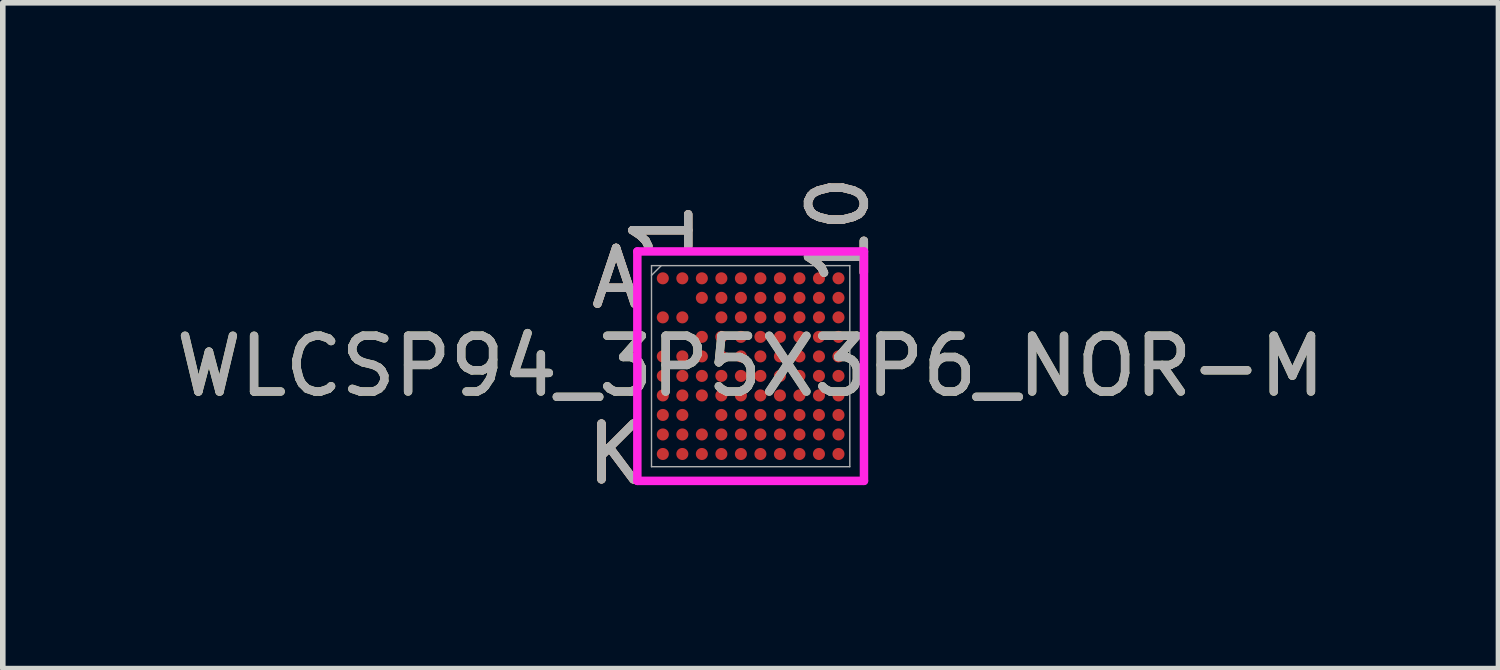
<source format=kicad_pcb>
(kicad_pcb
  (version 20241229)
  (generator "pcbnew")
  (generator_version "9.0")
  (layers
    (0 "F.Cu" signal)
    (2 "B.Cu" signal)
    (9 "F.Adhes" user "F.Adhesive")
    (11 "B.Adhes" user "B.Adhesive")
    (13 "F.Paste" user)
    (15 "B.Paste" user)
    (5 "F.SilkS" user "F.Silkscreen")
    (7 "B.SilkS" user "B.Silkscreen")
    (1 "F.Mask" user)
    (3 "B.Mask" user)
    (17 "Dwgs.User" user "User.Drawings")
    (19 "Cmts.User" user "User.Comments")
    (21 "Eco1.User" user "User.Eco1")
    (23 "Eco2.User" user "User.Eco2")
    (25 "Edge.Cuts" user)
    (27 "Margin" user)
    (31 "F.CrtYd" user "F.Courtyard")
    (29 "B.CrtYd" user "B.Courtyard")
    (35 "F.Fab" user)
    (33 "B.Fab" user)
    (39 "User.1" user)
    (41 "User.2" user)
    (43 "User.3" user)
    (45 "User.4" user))
  (footprint "WLCSP94_3P5X3P6_NOR-M"
    (layer "F.Cu")
    (at 10.411 3.516)
    (property "Reference" "WLCSP94_3P5X3P6_NOR-M" (at 0 0 0) (unlocked yes) (layer "F.SilkS") (effects (font (size 1 1) (thickness 0.15))))
    (attr smd)
    (fp_poly (pts (xy -2.195 -2.195) (xy 2.195 -2.195) (xy 2.195 2.195) (xy -2.195 2.195)) (stroke (width 0.1) (type solid)) (fill no) (layer "Eco2.User"))
    (fp_line (start -2.032 -2.057) (end 2.032 -2.057) (stroke (width 0.152) (type solid)) (layer "F.CrtYd"))
    (fp_line (start -2.032 2.057) (end -2.032 -2.057) (stroke (width 0.152) (type solid)) (layer "F.CrtYd"))
    (fp_line (start 2.032 -2.057) (end 2.032 2.057) (stroke (width 0.152) (type solid)) (layer "F.CrtYd"))
    (fp_line (start 2.032 2.057) (end -2.032 2.057) (stroke (width 0.152) (type solid)) (layer "F.CrtYd"))
    (fp_line (start -1.778 -1.803) (end -1.778 1.803) (stroke (width 0.025) (type solid)) (layer "F.Fab"))
    (fp_line (start -1.778 1.803) (end 1.778 1.803) (stroke (width 0.025) (type solid)) (layer "F.Fab"))
    (fp_line (start -1.603 -1.803) (end -1.778 -1.628) (stroke (width 0.025) (type solid)) (layer "F.Fab"))
    (fp_line (start 1.778 -1.803) (end -1.778 -1.803) (stroke (width 0.025) (type solid)) (layer "F.Fab"))
    (fp_line (start 1.778 1.803) (end 1.778 -1.803) (stroke (width 0.025) (type solid)) (layer "F.Fab"))
    (fp_text user "A" (at -2.413 -1.575 0) (unlocked yes) (layer "F.SilkS") (effects (font (size 1 1) (thickness 0.15))))
    (fp_text user "10" (at 1.575 -2.438 90) (unlocked yes) (layer "F.SilkS") (effects (font (size 1 1) (thickness 0.15))))
    (fp_text user "1" (at -1.575 -2.438 90) (unlocked yes) (layer "F.SilkS") (effects (font (size 1 1) (thickness 0.15))))
    (fp_text user "K" (at -2.413 1.575 0) (unlocked yes) (layer "F.SilkS") (effects (font (size 1 1) (thickness 0.15))))
    (fp_text user "K" (at -2.413 1.575 0) (unlocked yes) (layer "B.SilkS") (effects (font (size 1 1) (thickness 0.15))))
    (fp_text user "A" (at -2.413 -1.575 0) (unlocked yes) (layer "B.SilkS") (effects (font (size 1 1) (thickness 0.15))))
    (fp_text user "1" (at -1.575 -2.438 90) (unlocked yes) (layer "B.SilkS") (effects (font (size 1 1) (thickness 0.15))))
    (fp_text user "10" (at 1.575 -2.438 90) (unlocked yes) (layer "B.SilkS") (effects (font (size 1 1) (thickness 0.15))))
    (fp_text user "${REFERENCE}" (at 0 0 0) (unlocked yes) (layer "F.Fab") (effects (font (size 1 1) (thickness 0.15))))
    (fp_text user "1" (at -1.575 -2.438 90) (unlocked yes) (layer "F.Fab") (effects (font (size 1 1) (thickness 0.15))))
    (fp_text user "A" (at -2.413 -1.575 0) (unlocked yes) (layer "F.Fab") (effects (font (size 1 1) (thickness 0.15))))
    (fp_text user "K" (at -2.413 1.575 0) (unlocked yes) (layer "F.Fab") (effects (font (size 1 1) (thickness 0.15))))
    (fp_text user "10" (at 1.575 -2.438 90) (unlocked yes) (layer "F.Fab") (effects (font (size 1 1) (thickness 0.15))))
    (pad "A1" smd circle (at -1.575 -1.575) (size 0.216 0.216) (layers "F.Cu" "F.Mask" "F.Paste"))
    (pad "A2" smd circle (at -1.225 -1.575) (size 0.216 0.216) (layers "F.Cu" "F.Mask" "F.Paste"))
    (pad "A3" smd circle (at -0.875 -1.575) (size 0.216 0.216) (layers "F.Cu" "F.Mask" "F.Paste"))
    (pad "A4" smd circle (at -0.525 -1.575) (size 0.216 0.216) (layers "F.Cu" "F.Mask" "F.Paste"))
    (pad "A5" smd circle (at -0.175 -1.575) (size 0.216 0.216) (layers "F.Cu" "F.Mask" "F.Paste"))
    (pad "A6" smd circle (at 0.175 -1.575) (size 0.216 0.216) (layers "F.Cu" "F.Mask" "F.Paste"))
    (pad "A7" smd circle (at 0.525 -1.575) (size 0.216 0.216) (layers "F.Cu" "F.Mask" "F.Paste"))
    (pad "A8" smd circle (at 0.875 -1.575) (size 0.216 0.216) (layers "F.Cu" "F.Mask" "F.Paste"))
    (pad "A9" smd circle (at 1.225 -1.575) (size 0.216 0.216) (layers "F.Cu" "F.Mask" "F.Paste"))
    (pad "A10" smd circle (at 1.575 -1.575) (size 0.216 0.216) (layers "F.Cu" "F.Mask" "F.Paste"))
    (pad "B3" smd circle (at -0.875 -1.225) (size 0.216 0.216) (layers "F.Cu" "F.Mask" "F.Paste"))
    (pad "B4" smd circle (at -0.525 -1.225) (size 0.216 0.216) (layers "F.Cu" "F.Mask" "F.Paste"))
    (pad "B5" smd circle (at -0.175 -1.225) (size 0.216 0.216) (layers "F.Cu" "F.Mask" "F.Paste"))
    (pad "B6" smd circle (at 0.175 -1.225) (size 0.216 0.216) (layers "F.Cu" "F.Mask" "F.Paste"))
    (pad "B7" smd circle (at 0.525 -1.225) (size 0.216 0.216) (layers "F.Cu" "F.Mask" "F.Paste"))
    (pad "B8" smd circle (at 0.875 -1.225) (size 0.216 0.216) (layers "F.Cu" "F.Mask" "F.Paste"))
    (pad "B9" smd circle (at 1.225 -1.225) (size 0.216 0.216) (layers "F.Cu" "F.Mask" "F.Paste"))
    (pad "B10" smd circle (at 1.575 -1.225) (size 0.216 0.216) (layers "F.Cu" "F.Mask" "F.Paste"))
    (pad "C1" smd circle (at -1.575 -0.875) (size 0.216 0.216) (layers "F.Cu" "F.Mask" "F.Paste"))
    (pad "C2" smd circle (at -1.225 -0.875) (size 0.216 0.216) (layers "F.Cu" "F.Mask" "F.Paste"))
    (pad "C4" smd circle (at -0.525 -0.875) (size 0.216 0.216) (layers "F.Cu" "F.Mask" "F.Paste"))
    (pad "C5" smd circle (at -0.175 -0.875) (size 0.216 0.216) (layers "F.Cu" "F.Mask" "F.Paste"))
    (pad "C6" smd circle (at 0.175 -0.875) (size 0.216 0.216) (layers "F.Cu" "F.Mask" "F.Paste"))
    (pad "C7" smd circle (at 0.525 -0.875) (size 0.216 0.216) (layers "F.Cu" "F.Mask" "F.Paste"))
    (pad "C8" smd circle (at 0.875 -0.875) (size 0.216 0.216) (layers "F.Cu" "F.Mask" "F.Paste"))
    (pad "C9" smd circle (at 1.225 -0.875) (size 0.216 0.216) (layers "F.Cu" "F.Mask" "F.Paste"))
    (pad "C10" smd circle (at 1.575 -0.875) (size 0.216 0.216) (layers "F.Cu" "F.Mask" "F.Paste"))
    (pad "D3" smd circle (at -0.875 -0.525) (size 0.216 0.216) (layers "F.Cu" "F.Mask" "F.Paste"))
    (pad "D4" smd circle (at -0.525 -0.525) (size 0.216 0.216) (layers "F.Cu" "F.Mask" "F.Paste"))
    (pad "D5" smd circle (at -0.175 -0.525) (size 0.216 0.216) (layers "F.Cu" "F.Mask" "F.Paste"))
    (pad "D6" smd circle (at 0.175 -0.525) (size 0.216 0.216) (layers "F.Cu" "F.Mask" "F.Paste"))
    (pad "D7" smd circle (at 0.525 -0.525) (size 0.216 0.216) (layers "F.Cu" "F.Mask" "F.Paste"))
    (pad "D8" smd circle (at 0.875 -0.525) (size 0.216 0.216) (layers "F.Cu" "F.Mask" "F.Paste"))
    (pad "D9" smd circle (at 1.225 -0.525) (size 0.216 0.216) (layers "F.Cu" "F.Mask" "F.Paste"))
    (pad "D10" smd circle (at 1.575 -0.525) (size 0.216 0.216) (layers "F.Cu" "F.Mask" "F.Paste"))
    (pad "E1" smd circle (at -1.575 -0.175) (size 0.216 0.216) (layers "F.Cu" "F.Mask" "F.Paste"))
    (pad "E2" smd circle (at -1.225 -0.175) (size 0.216 0.216) (layers "F.Cu" "F.Mask" "F.Paste"))
    (pad "E3" smd circle (at -0.875 -0.175) (size 0.216 0.216) (layers "F.Cu" "F.Mask" "F.Paste"))
    (pad "E4" smd circle (at -0.525 -0.175) (size 0.216 0.216) (layers "F.Cu" "F.Mask" "F.Paste"))
    (pad "E5" smd circle (at -0.175 -0.175) (size 0.216 0.216) (layers "F.Cu" "F.Mask" "F.Paste"))
    (pad "E6" smd circle (at 0.175 -0.175) (size 0.216 0.216) (layers "F.Cu" "F.Mask" "F.Paste"))
    (pad "E7" smd circle (at 0.525 -0.175) (size 0.216 0.216) (layers "F.Cu" "F.Mask" "F.Paste"))
    (pad "E8" smd circle (at 0.875 -0.175) (size 0.216 0.216) (layers "F.Cu" "F.Mask" "F.Paste"))
    (pad "E9" smd circle (at 1.225 -0.175) (size 0.216 0.216) (layers "F.Cu" "F.Mask" "F.Paste"))
    (pad "E10" smd circle (at 1.575 -0.175) (size 0.216 0.216) (layers "F.Cu" "F.Mask" "F.Paste"))
    (pad "F1" smd circle (at -1.575 0.175) (size 0.216 0.216) (layers "F.Cu" "F.Mask" "F.Paste"))
    (pad "F2" smd circle (at -1.225 0.175) (size 0.216 0.216) (layers "F.Cu" "F.Mask" "F.Paste"))
    (pad "F3" smd circle (at -0.875 0.175) (size 0.216 0.216) (layers "F.Cu" "F.Mask" "F.Paste"))
    (pad "F4" smd circle (at -0.525 0.175) (size 0.216 0.216) (layers "F.Cu" "F.Mask" "F.Paste"))
    (pad "F5" smd circle (at -0.175 0.175) (size 0.216 0.216) (layers "F.Cu" "F.Mask" "F.Paste"))
    (pad "F6" smd circle (at 0.175 0.175) (size 0.216 0.216) (layers "F.Cu" "F.Mask" "F.Paste"))
    (pad "F7" smd circle (at 0.525 0.175) (size 0.216 0.216) (layers "F.Cu" "F.Mask" "F.Paste"))
    (pad "F8" smd circle (at 0.875 0.175) (size 0.216 0.216) (layers "F.Cu" "F.Mask" "F.Paste"))
    (pad "F9" smd circle (at 1.225 0.175) (size 0.216 0.216) (layers "F.Cu" "F.Mask" "F.Paste"))
    (pad "F10" smd circle (at 1.575 0.175) (size 0.216 0.216) (layers "F.Cu" "F.Mask" "F.Paste"))
    (pad "G1" smd circle (at -1.575 0.525) (size 0.216 0.216) (layers "F.Cu" "F.Mask" "F.Paste"))
    (pad "G2" smd circle (at -1.225 0.525) (size 0.216 0.216) (layers "F.Cu" "F.Mask" "F.Paste"))
    (pad "G3" smd circle (at -0.875 0.525) (size 0.216 0.216) (layers "F.Cu" "F.Mask" "F.Paste"))
    (pad "G4" smd circle (at -0.525 0.525) (size 0.216 0.216) (layers "F.Cu" "F.Mask" "F.Paste"))
    (pad "G5" smd circle (at -0.175 0.525) (size 0.216 0.216) (layers "F.Cu" "F.Mask" "F.Paste"))
    (pad "G6" smd circle (at 0.175 0.525) (size 0.216 0.216) (layers "F.Cu" "F.Mask" "F.Paste"))
    (pad "G7" smd circle (at 0.525 0.525) (size 0.216 0.216) (layers "F.Cu" "F.Mask" "F.Paste"))
    (pad "G8" smd circle (at 0.875 0.525) (size 0.216 0.216) (layers "F.Cu" "F.Mask" "F.Paste"))
    (pad "G9" smd circle (at 1.225 0.525) (size 0.216 0.216) (layers "F.Cu" "F.Mask" "F.Paste"))
    (pad "G10" smd circle (at 1.575 0.525) (size 0.216 0.216) (layers "F.Cu" "F.Mask" "F.Paste"))
    (pad "H1" smd circle (at -1.575 0.875) (size 0.216 0.216) (layers "F.Cu" "F.Mask" "F.Paste"))
    (pad "H2" smd circle (at -1.225 0.875) (size 0.216 0.216) (layers "F.Cu" "F.Mask" "F.Paste"))
    (pad "H4" smd circle (at -0.525 0.875) (size 0.216 0.216) (layers "F.Cu" "F.Mask" "F.Paste"))
    (pad "H5" smd circle (at -0.175 0.875) (size 0.216 0.216) (layers "F.Cu" "F.Mask" "F.Paste"))
    (pad "H6" smd circle (at 0.175 0.875) (size 0.216 0.216) (layers "F.Cu" "F.Mask" "F.Paste"))
    (pad "H7" smd circle (at 0.525 0.875) (size 0.216 0.216) (layers "F.Cu" "F.Mask" "F.Paste"))
    (pad "H8" smd circle (at 0.875 0.875) (size 0.216 0.216) (layers "F.Cu" "F.Mask" "F.Paste"))
    (pad "H9" smd circle (at 1.225 0.875) (size 0.216 0.216) (layers "F.Cu" "F.Mask" "F.Paste"))
    (pad "H10" smd circle (at 1.575 0.875) (size 0.216 0.216) (layers "F.Cu" "F.Mask" "F.Paste"))
    (pad "J1" smd circle (at -1.575 1.225) (size 0.216 0.216) (layers "F.Cu" "F.Mask" "F.Paste"))
    (pad "J2" smd circle (at -1.225 1.225) (size 0.216 0.216) (layers "F.Cu" "F.Mask" "F.Paste"))
    (pad "J3" smd circle (at -0.875 1.225) (size 0.216 0.216) (layers "F.Cu" "F.Mask" "F.Paste"))
    (pad "J4" smd circle (at -0.525 1.225) (size 0.216 0.216) (layers "F.Cu" "F.Mask" "F.Paste"))
    (pad "J5" smd circle (at -0.175 1.225) (size 0.216 0.216) (layers "F.Cu" "F.Mask" "F.Paste"))
    (pad "J6" smd circle (at 0.175 1.225) (size 0.216 0.216) (layers "F.Cu" "F.Mask" "F.Paste"))
    (pad "J7" smd circle (at 0.525 1.225) (size 0.216 0.216) (layers "F.Cu" "F.Mask" "F.Paste"))
    (pad "J8" smd circle (at 0.875 1.225) (size 0.216 0.216) (layers "F.Cu" "F.Mask" "F.Paste"))
    (pad "J9" smd circle (at 1.225 1.225) (size 0.216 0.216) (layers "F.Cu" "F.Mask" "F.Paste"))
    (pad "J10" smd circle (at 1.575 1.225) (size 0.216 0.216) (layers "F.Cu" "F.Mask" "F.Paste"))
    (pad "K1" smd circle (at -1.575 1.575) (size 0.216 0.216) (layers "F.Cu" "F.Mask" "F.Paste"))
    (pad "K2" smd circle (at -1.225 1.575) (size 0.216 0.216) (layers "F.Cu" "F.Mask" "F.Paste"))
    (pad "K3" smd circle (at -0.875 1.575) (size 0.216 0.216) (layers "F.Cu" "F.Mask" "F.Paste"))
    (pad "K4" smd circle (at -0.525 1.575) (size 0.216 0.216) (layers "F.Cu" "F.Mask" "F.Paste"))
    (pad "K5" smd circle (at -0.175 1.575) (size 0.216 0.216) (layers "F.Cu" "F.Mask" "F.Paste"))
    (pad "K6" smd circle (at 0.175 1.575) (size 0.216 0.216) (layers "F.Cu" "F.Mask" "F.Paste"))
    (pad "K7" smd circle (at 0.525 1.575) (size 0.216 0.216) (layers "F.Cu" "F.Mask" "F.Paste"))
    (pad "K8" smd circle (at 0.875 1.575) (size 0.216 0.216) (layers "F.Cu" "F.Mask" "F.Paste"))
    (pad "K9" smd circle (at 1.225 1.575) (size 0.216 0.216) (layers "F.Cu" "F.Mask" "F.Paste"))
    (pad "K10" smd circle (at 1.575 1.575) (size 0.216 0.216) (layers "F.Cu" "F.Mask" "F.Paste")))
  (gr_rect
    (start -3 -3)
    (end 23.821 8.939)
    (stroke (width 0.1) (type default))
    (fill no)
    (layer "Edge.Cuts")))
</source>
